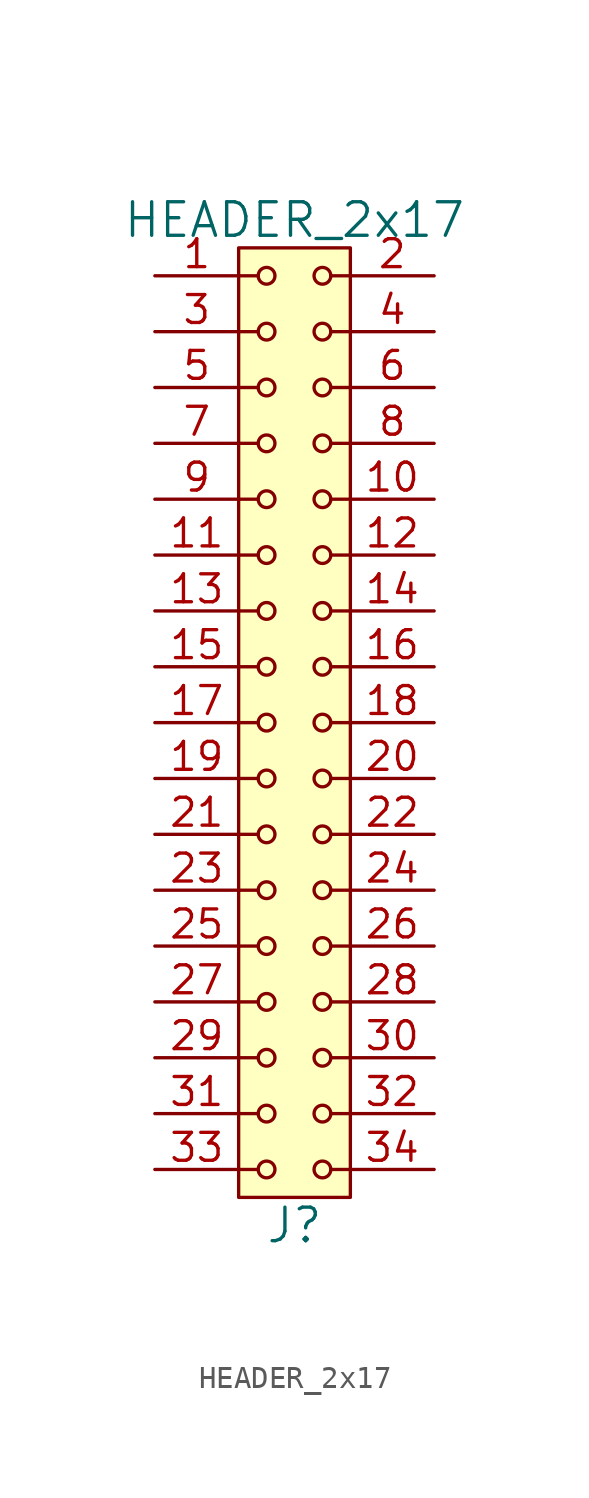
<source format=kicad_sym>
(kicad_symbol_lib
  (version 20211014)
  (generator kicad_symbol_editor)
  (symbol "HEADER_2x17"
    (pin_names
      (offset 1.016))
    (property "Reference" "J"
      (at 0 -22.86 0)
      (effects (font (size 1.524 1.524))))
    (property "Value" "HEADER_2x17"
      (at 0 22.86 0)
      (effects (font (size 1.524 1.524))))
    (property "Footprint" ""
      (at 0 20.32 0)
      (effects (font (size 1.524 1.524))))
    (property "Datasheet" ""
      (at 0 20.32 0)
      (effects (font (size 1.524 1.524))))
    (symbol "HEADER_2x17_0_1"
      (rectangle (start -2.54 21.59) (end 2.54 -21.59) (stroke (width 0) (type default) (color 0 0 0 0)) (fill (type background)))
      (circle (center -1.27 -20.32) (radius 0.381) (stroke (width 0) (type default) (color 0 0 0 0)) (fill (type none)))
      (circle (center -1.27 -17.78) (radius 0.381) (stroke (width 0) (type default) (color 0 0 0 0)) (fill (type none)))
      (circle (center -1.27 -15.24) (radius 0.381) (stroke (width 0) (type default) (color 0 0 0 0)) (fill (type none)))
      (circle (center -1.27 -12.7) (radius 0.381) (stroke (width 0) (type default) (color 0 0 0 0)) (fill (type none)))
      (circle (center -1.27 -10.16) (radius 0.381) (stroke (width 0) (type default) (color 0 0 0 0)) (fill (type none)))
      (circle (center -1.27 -7.62) (radius 0.381) (stroke (width 0) (type default) (color 0 0 0 0)) (fill (type none)))
      (circle (center -1.27 -5.08) (radius 0.381) (stroke (width 0) (type default) (color 0 0 0 0)) (fill (type none)))
      (circle (center -1.27 -2.54) (radius 0.381) (stroke (width 0) (type default) (color 0 0 0 0)) (fill (type none)))
      (circle (center -1.27 0) (radius 0.381) (stroke (width 0) (type default) (color 0 0 0 0)) (fill (type none)))
      (circle (center -1.27 2.54) (radius 0.381) (stroke (width 0) (type default) (color 0 0 0 0)) (fill (type none)))
      (circle (center -1.27 5.08) (radius 0.381) (stroke (width 0) (type default) (color 0 0 0 0)) (fill (type none)))
      (circle (center -1.27 7.62) (radius 0.381) (stroke (width 0) (type default) (color 0 0 0 0)) (fill (type none)))
      (circle (center -1.27 10.16) (radius 0.381) (stroke (width 0) (type default) (color 0 0 0 0)) (fill (type none)))
      (circle (center -1.27 12.7) (radius 0.381) (stroke (width 0) (type default) (color 0 0 0 0)) (fill (type none)))
      (circle (center -1.27 15.24) (radius 0.381) (stroke (width 0) (type default) (color 0 0 0 0)) (fill (type none)))
      (circle (center -1.27 17.78) (radius 0.381) (stroke (width 0) (type default) (color 0 0 0 0)) (fill (type none)))
      (circle (center -1.27 20.32) (radius 0.381) (stroke (width 0) (type default) (color 0 0 0 0)) (fill (type none)))
      (polyline (pts (xy -1.651 -20.32) (xy -2.54 -20.32)) (stroke (width 0) (type default) (color 0 0 0 0)) (fill (type none)))
      (polyline (pts (xy -1.651 -17.78) (xy -2.54 -17.78)) (stroke (width 0) (type default) (color 0 0 0 0)) (fill (type none)))
      (polyline (pts (xy -1.651 -15.24) (xy -2.54 -15.24)) (stroke (width 0) (type default) (color 0 0 0 0)) (fill (type none)))
      (polyline (pts (xy -1.651 -12.7) (xy -2.54 -12.7)) (stroke (width 0) (type default) (color 0 0 0 0)) (fill (type none)))
      (polyline (pts (xy -1.651 -10.16) (xy -2.54 -10.16)) (stroke (width 0) (type default) (color 0 0 0 0)) (fill (type none)))
      (polyline (pts (xy -1.651 -7.62) (xy -2.54 -7.62)) (stroke (width 0) (type default) (color 0 0 0 0)) (fill (type none)))
      (polyline (pts (xy -1.651 -5.08) (xy -2.54 -5.08)) (stroke (width 0) (type default) (color 0 0 0 0)) (fill (type none)))
      (polyline (pts (xy -1.651 -2.54) (xy -2.54 -2.54)) (stroke (width 0) (type default) (color 0 0 0 0)) (fill (type none)))
      (polyline (pts (xy -1.651 0) (xy -2.54 0)) (stroke (width 0) (type default) (color 0 0 0 0)) (fill (type none)))
      (polyline (pts (xy -1.651 2.54) (xy -2.54 2.54)) (stroke (width 0) (type default) (color 0 0 0 0)) (fill (type none)))
      (polyline (pts (xy -1.651 5.08) (xy -2.54 5.08)) (stroke (width 0) (type default) (color 0 0 0 0)) (fill (type none)))
      (polyline (pts (xy -1.651 7.62) (xy -2.54 7.62)) (stroke (width 0) (type default) (color 0 0 0 0)) (fill (type none)))
      (polyline (pts (xy -1.651 10.16) (xy -2.54 10.16)) (stroke (width 0) (type default) (color 0 0 0 0)) (fill (type none)))
      (polyline (pts (xy -1.651 12.7) (xy -2.54 12.7)) (stroke (width 0) (type default) (color 0 0 0 0)) (fill (type none)))
      (polyline (pts (xy -1.651 15.24) (xy -2.54 15.24)) (stroke (width 0) (type default) (color 0 0 0 0)) (fill (type none)))
      (polyline (pts (xy -1.651 17.78) (xy -2.54 17.78)) (stroke (width 0) (type default) (color 0 0 0 0)) (fill (type none)))
      (polyline (pts (xy -1.651 20.32) (xy -2.54 20.32)) (stroke (width 0) (type default) (color 0 0 0 0)) (fill (type none)))
      (polyline (pts (xy 1.651 -20.32) (xy 2.54 -20.32)) (stroke (width 0) (type default) (color 0 0 0 0)) (fill (type none)))
      (polyline (pts (xy 1.651 -17.78) (xy 2.54 -17.78)) (stroke (width 0) (type default) (color 0 0 0 0)) (fill (type none)))
      (polyline (pts (xy 1.651 -15.24) (xy 2.54 -15.24)) (stroke (width 0) (type default) (color 0 0 0 0)) (fill (type none)))
      (polyline (pts (xy 1.651 -12.7) (xy 2.54 -12.7)) (stroke (width 0) (type default) (color 0 0 0 0)) (fill (type none)))
      (polyline (pts (xy 1.651 -10.16) (xy 2.54 -10.16)) (stroke (width 0) (type default) (color 0 0 0 0)) (fill (type none)))
      (polyline (pts (xy 1.651 -7.62) (xy 2.54 -7.62)) (stroke (width 0) (type default) (color 0 0 0 0)) (fill (type none)))
      (polyline (pts (xy 1.651 -5.08) (xy 2.54 -5.08)) (stroke (width 0) (type default) (color 0 0 0 0)) (fill (type none)))
      (polyline (pts (xy 1.651 -2.54) (xy 2.54 -2.54)) (stroke (width 0) (type default) (color 0 0 0 0)) (fill (type none)))
      (polyline (pts (xy 1.651 0) (xy 2.54 0)) (stroke (width 0) (type default) (color 0 0 0 0)) (fill (type none)))
      (polyline (pts (xy 1.651 2.54) (xy 2.54 2.54)) (stroke (width 0) (type default) (color 0 0 0 0)) (fill (type none)))
      (polyline (pts (xy 1.651 5.08) (xy 2.54 5.08)) (stroke (width 0) (type default) (color 0 0 0 0)) (fill (type none)))
      (polyline (pts (xy 1.651 7.62) (xy 2.54 7.62)) (stroke (width 0) (type default) (color 0 0 0 0)) (fill (type none)))
      (polyline (pts (xy 1.651 10.16) (xy 2.54 10.16)) (stroke (width 0) (type default) (color 0 0 0 0)) (fill (type none)))
      (polyline (pts (xy 1.651 12.7) (xy 2.54 12.7)) (stroke (width 0) (type default) (color 0 0 0 0)) (fill (type none)))
      (polyline (pts (xy 1.651 15.24) (xy 2.54 15.24)) (stroke (width 0) (type default) (color 0 0 0 0)) (fill (type none)))
      (polyline (pts (xy 1.651 17.78) (xy 2.54 17.78)) (stroke (width 0) (type default) (color 0 0 0 0)) (fill (type none)))
      (polyline (pts (xy 1.651 20.32) (xy 2.54 20.32)) (stroke (width 0) (type default) (color 0 0 0 0)) (fill (type none)))
      (circle (center 1.27 -20.32) (radius 0.381) (stroke (width 0) (type default) (color 0 0 0 0)) (fill (type none)))
      (circle (center 1.27 -17.78) (radius 0.381) (stroke (width 0) (type default) (color 0 0 0 0)) (fill (type none)))
      (circle (center 1.27 -15.24) (radius 0.381) (stroke (width 0) (type default) (color 0 0 0 0)) (fill (type none)))
      (circle (center 1.27 -12.7) (radius 0.381) (stroke (width 0) (type default) (color 0 0 0 0)) (fill (type none)))
      (circle (center 1.27 -10.16) (radius 0.381) (stroke (width 0) (type default) (color 0 0 0 0)) (fill (type none)))
      (circle (center 1.27 -7.62) (radius 0.381) (stroke (width 0) (type default) (color 0 0 0 0)) (fill (type none)))
      (circle (center 1.27 -5.08) (radius 0.381) (stroke (width 0) (type default) (color 0 0 0 0)) (fill (type none)))
      (circle (center 1.27 -2.54) (radius 0.381) (stroke (width 0) (type default) (color 0 0 0 0)) (fill (type none)))
      (circle (center 1.27 0) (radius 0.381) (stroke (width 0) (type default) (color 0 0 0 0)) (fill (type none)))
      (circle (center 1.27 2.54) (radius 0.381) (stroke (width 0) (type default) (color 0 0 0 0)) (fill (type none)))
      (circle (center 1.27 5.08) (radius 0.381) (stroke (width 0) (type default) (color 0 0 0 0)) (fill (type none)))
      (circle (center 1.27 7.62) (radius 0.381) (stroke (width 0) (type default) (color 0 0 0 0)) (fill (type none)))
      (circle (center 1.27 10.16) (radius 0.381) (stroke (width 0) (type default) (color 0 0 0 0)) (fill (type none)))
      (circle (center 1.27 12.7) (radius 0.381) (stroke (width 0) (type default) (color 0 0 0 0)) (fill (type none)))
      (circle (center 1.27 15.24) (radius 0.381) (stroke (width 0) (type default) (color 0 0 0 0)) (fill (type none)))
      (circle (center 1.27 17.78) (radius 0.381) (stroke (width 0) (type default) (color 0 0 0 0)) (fill (type none)))
      (circle (center 1.27 20.32) (radius 0.381) (stroke (width 0) (type default) (color 0 0 0 0)) (fill (type none))))
    (symbol "HEADER_2x17_1_1"
      (pin input line (at -6.35 20.32 0) (length 3.81) (name "~" (effects (font (size 1.27 1.27)))) (number "1" (effects (font (size 1.27 1.27)))))
      (pin input line (at 6.35 10.16 180) (length 3.81) (name "~" (effects (font (size 1.27 1.27)))) (number "10" (effects (font (size 1.27 1.27)))))
      (pin input line (at -6.35 7.62 0) (length 3.81) (name "~" (effects (font (size 1.27 1.27)))) (number "11" (effects (font (size 1.27 1.27)))))
      (pin input line (at 6.35 7.62 180) (length 3.81) (name "~" (effects (font (size 1.27 1.27)))) (number "12" (effects (font (size 1.27 1.27)))))
      (pin input line (at -6.35 5.08 0) (length 3.81) (name "~" (effects (font (size 1.27 1.27)))) (number "13" (effects (font (size 1.27 1.27)))))
      (pin input line (at 6.35 5.08 180) (length 3.81) (name "~" (effects (font (size 1.27 1.27)))) (number "14" (effects (font (size 1.27 1.27)))))
      (pin input line (at -6.35 2.54 0) (length 3.81) (name "~" (effects (font (size 1.27 1.27)))) (number "15" (effects (font (size 1.27 1.27)))))
      (pin input line (at 6.35 2.54 180) (length 3.81) (name "~" (effects (font (size 1.27 1.27)))) (number "16" (effects (font (size 1.27 1.27)))))
      (pin input line (at -6.35 0 0) (length 3.81) (name "~" (effects (font (size 1.27 1.27)))) (number "17" (effects (font (size 1.27 1.27)))))
      (pin input line (at 6.35 0 180) (length 3.81) (name "~" (effects (font (size 1.27 1.27)))) (number "18" (effects (font (size 1.27 1.27)))))
      (pin input line (at -6.35 -2.54 0) (length 3.81) (name "~" (effects (font (size 1.27 1.27)))) (number "19" (effects (font (size 1.27 1.27)))))
      (pin input line (at 6.35 20.32 180) (length 3.81) (name "~" (effects (font (size 1.27 1.27)))) (number "2" (effects (font (size 1.27 1.27)))))
      (pin input line (at 6.35 -2.54 180) (length 3.81) (name "~" (effects (font (size 1.27 1.27)))) (number "20" (effects (font (size 1.27 1.27)))))
      (pin input line (at -6.35 -5.08 0) (length 3.81) (name "~" (effects (font (size 1.27 1.27)))) (number "21" (effects (font (size 1.27 1.27)))))
      (pin input line (at 6.35 -5.08 180) (length 3.81) (name "~" (effects (font (size 1.27 1.27)))) (number "22" (effects (font (size 1.27 1.27)))))
      (pin input line (at -6.35 -7.62 0) (length 3.81) (name "~" (effects (font (size 1.27 1.27)))) (number "23" (effects (font (size 1.27 1.27)))))
      (pin input line (at 6.35 -7.62 180) (length 3.81) (name "~" (effects (font (size 1.27 1.27)))) (number "24" (effects (font (size 1.27 1.27)))))
      (pin input line (at -6.35 -10.16 0) (length 3.81) (name "~" (effects (font (size 1.27 1.27)))) (number "25" (effects (font (size 1.27 1.27)))))
      (pin input line (at 6.35 -10.16 180) (length 3.81) (name "~" (effects (font (size 1.27 1.27)))) (number "26" (effects (font (size 1.27 1.27)))))
      (pin input line (at -6.35 -12.7 0) (length 3.81) (name "~" (effects (font (size 1.27 1.27)))) (number "27" (effects (font (size 1.27 1.27)))))
      (pin input line (at 6.35 -12.7 180) (length 3.81) (name "~" (effects (font (size 1.27 1.27)))) (number "28" (effects (font (size 1.27 1.27)))))
      (pin input line (at -6.35 -15.24 0) (length 3.81) (name "~" (effects (font (size 1.27 1.27)))) (number "29" (effects (font (size 1.27 1.27)))))
      (pin input line (at -6.35 17.78 0) (length 3.81) (name "~" (effects (font (size 1.27 1.27)))) (number "3" (effects (font (size 1.27 1.27)))))
      (pin input line (at 6.35 -15.24 180) (length 3.81) (name "~" (effects (font (size 1.27 1.27)))) (number "30" (effects (font (size 1.27 1.27)))))
      (pin input line (at -6.35 -17.78 0) (length 3.81) (name "~" (effects (font (size 1.27 1.27)))) (number "31" (effects (font (size 1.27 1.27)))))
      (pin input line (at 6.35 -17.78 180) (length 3.81) (name "~" (effects (font (size 1.27 1.27)))) (number "32" (effects (font (size 1.27 1.27)))))
      (pin input line (at -6.35 -20.32 0) (length 3.81) (name "~" (effects (font (size 1.27 1.27)))) (number "33" (effects (font (size 1.27 1.27)))))
      (pin input line (at 6.35 -20.32 180) (length 3.81) (name "~" (effects (font (size 1.27 1.27)))) (number "34" (effects (font (size 1.27 1.27)))))
      (pin input line (at 6.35 17.78 180) (length 3.81) (name "~" (effects (font (size 1.27 1.27)))) (number "4" (effects (font (size 1.27 1.27)))))
      (pin input line (at -6.35 15.24 0) (length 3.81) (name "~" (effects (font (size 1.27 1.27)))) (number "5" (effects (font (size 1.27 1.27)))))
      (pin input line (at 6.35 15.24 180) (length 3.81) (name "~" (effects (font (size 1.27 1.27)))) (number "6" (effects (font (size 1.27 1.27)))))
      (pin input line (at -6.35 12.7 0) (length 3.81) (name "~" (effects (font (size 1.27 1.27)))) (number "7" (effects (font (size 1.27 1.27)))))
      (pin input line (at 6.35 12.7 180) (length 3.81) (name "~" (effects (font (size 1.27 1.27)))) (number "8" (effects (font (size 1.27 1.27)))))
      (pin input line (at -6.35 10.16 0) (length 3.81) (name "~" (effects (font (size 1.27 1.27)))) (number "9" (effects (font (size 1.27 1.27))))))))
</source>
